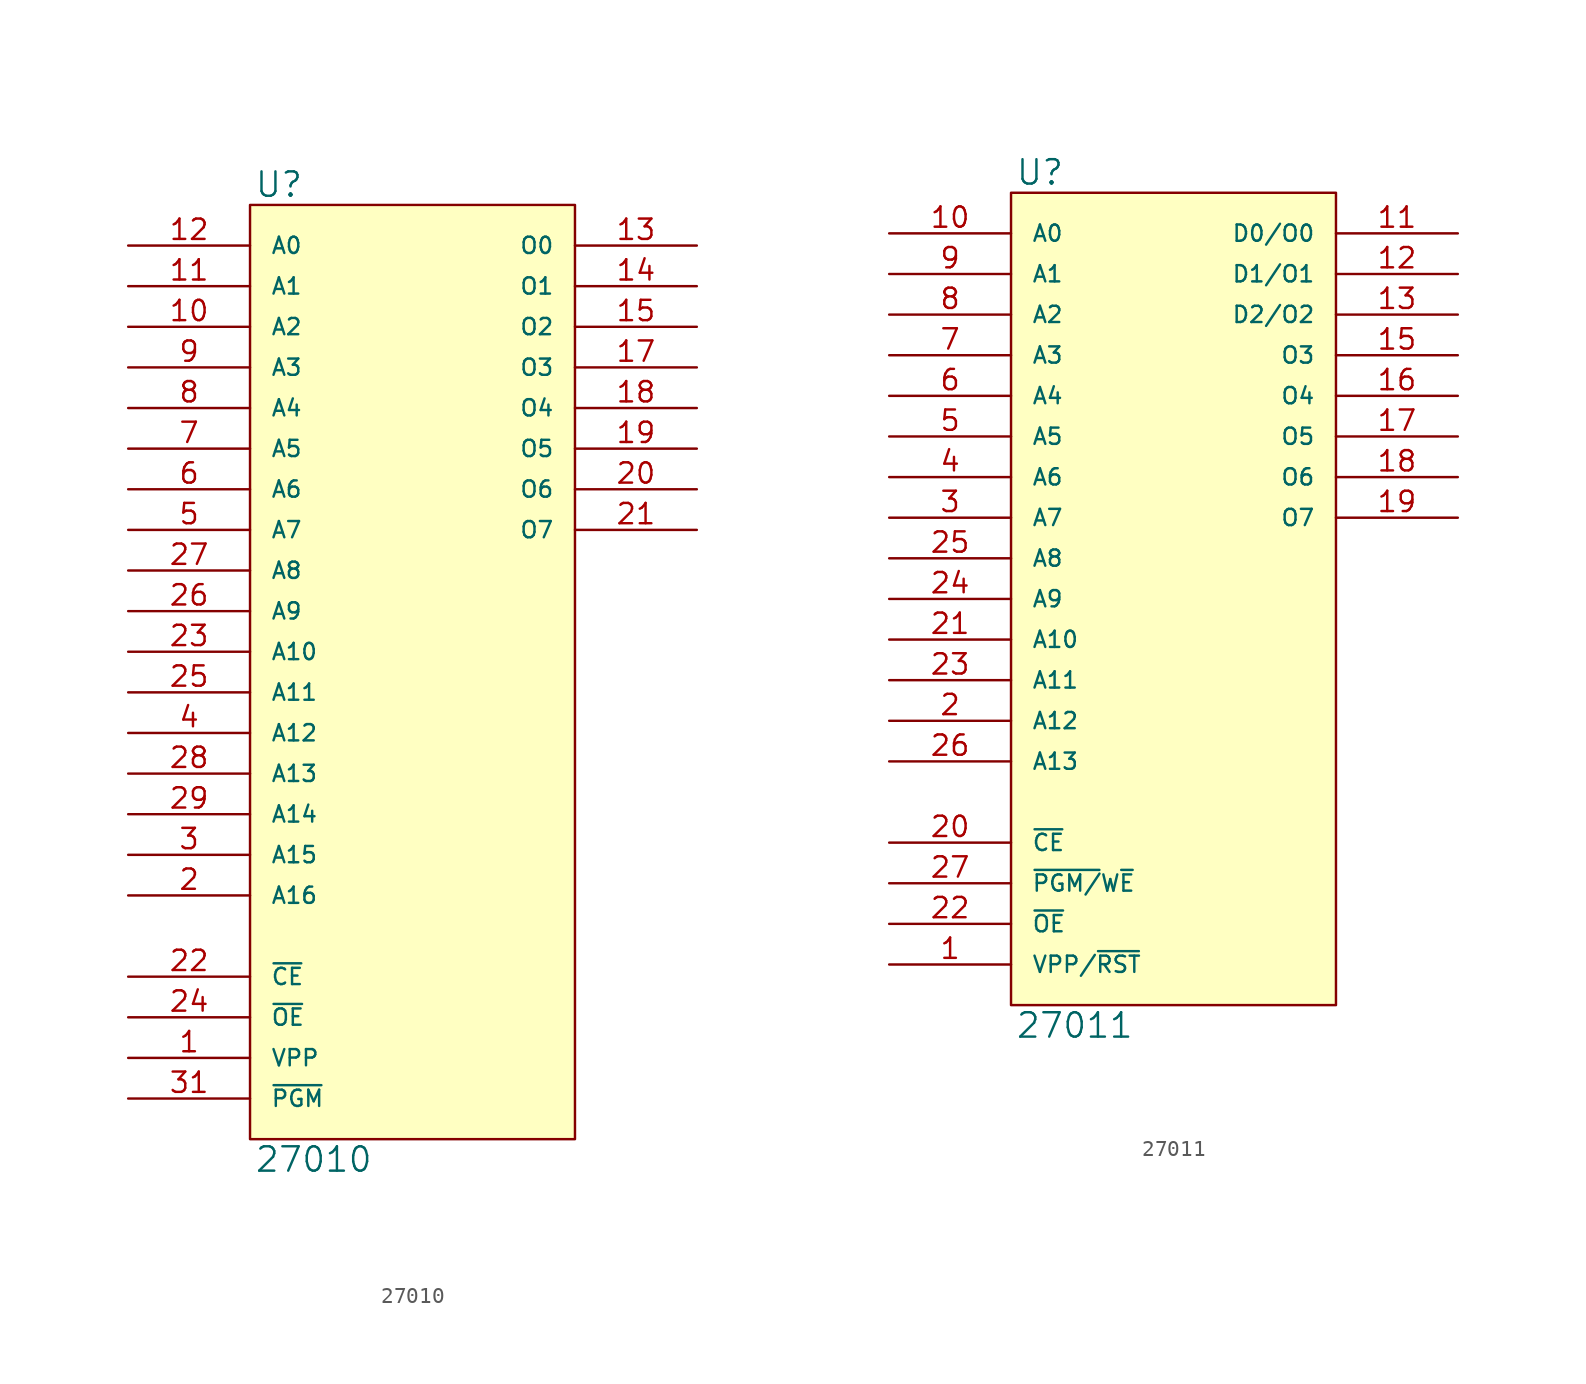
<source format=kicad_sym>
(kicad_symbol_lib
  (version 20231120)
  (generator "kicad_symbol_editor")
  (generator_version "8.0")
  (symbol "27010"
    (pin_names
      (offset 1.27))
    (property "Reference" "U"
      (at 0.254 0.381 0)
      (effects (font (size 1.524 1.524)) (justify left bottom)))
    (property "Value" "27010"
      (at 0.254 -58.801 0)
      (effects (font (size 1.524 1.524)) (justify left top)))
    (symbol "27010_0_1"
      (rectangle (start 0 0) (end 20.32 -58.42) (stroke (width 0) (type solid)) (fill (type background))))
    (symbol "27010_1_1"
      (pin input line (at -7.62 -53.34 0) (length 7.62) (name "VPP" (effects (font (size 1.016 1.016)))) (number "1" (effects (font (size 1.27 1.27)))))
      (pin input line (at -7.62 -7.62 0) (length 7.62) (name "A2" (effects (font (size 1.016 1.016)))) (number "10" (effects (font (size 1.27 1.27)))))
      (pin input line (at -7.62 -5.08 0) (length 7.62) (name "A1" (effects (font (size 1.016 1.016)))) (number "11" (effects (font (size 1.27 1.27)))))
      (pin input line (at -7.62 -2.54 0) (length 7.62) (name "A0" (effects (font (size 1.016 1.016)))) (number "12" (effects (font (size 1.27 1.27)))))
      (pin tri_state line (at 27.94 -2.54 180) (length 7.62) (name "O0" (effects (font (size 1.016 1.016)))) (number "13" (effects (font (size 1.27 1.27)))))
      (pin tri_state line (at 27.94 -5.08 180) (length 7.62) (name "O1" (effects (font (size 1.016 1.016)))) (number "14" (effects (font (size 1.27 1.27)))))
      (pin tri_state line (at 27.94 -7.62 180) (length 7.62) (name "O2" (effects (font (size 1.016 1.016)))) (number "15" (effects (font (size 1.27 1.27)))))
      (pin power_in line (at 0 -58.42 90) (length 0) hide (name "GND" (effects (font (size 1.016 1.016)))) (number "16" (effects (font (size 1.27 1.27)))))
      (pin tri_state line (at 27.94 -10.16 180) (length 7.62) (name "O3" (effects (font (size 1.016 1.016)))) (number "17" (effects (font (size 1.27 1.27)))))
      (pin tri_state line (at 27.94 -12.7 180) (length 7.62) (name "O4" (effects (font (size 1.016 1.016)))) (number "18" (effects (font (size 1.27 1.27)))))
      (pin tri_state line (at 27.94 -15.24 180) (length 7.62) (name "O5" (effects (font (size 1.016 1.016)))) (number "19" (effects (font (size 1.27 1.27)))))
      (pin input line (at -7.62 -43.18 0) (length 7.62) (name "A16" (effects (font (size 1.016 1.016)))) (number "2" (effects (font (size 1.27 1.27)))))
      (pin tri_state line (at 27.94 -17.78 180) (length 7.62) (name "O6" (effects (font (size 1.016 1.016)))) (number "20" (effects (font (size 1.27 1.27)))))
      (pin tri_state line (at 27.94 -20.32 180) (length 7.62) (name "O7" (effects (font (size 1.016 1.016)))) (number "21" (effects (font (size 1.27 1.27)))))
      (pin input line (at -7.62 -48.26 0) (length 7.62) (name "~{CE}" (effects (font (size 1.016 1.016)))) (number "22" (effects (font (size 1.27 1.27)))))
      (pin input line (at -7.62 -27.94 0) (length 7.62) (name "A10" (effects (font (size 1.016 1.016)))) (number "23" (effects (font (size 1.27 1.27)))))
      (pin input line (at -7.62 -50.8 0) (length 7.62) (name "~{OE}" (effects (font (size 1.016 1.016)))) (number "24" (effects (font (size 1.27 1.27)))))
      (pin input line (at -7.62 -30.48 0) (length 7.62) (name "A11" (effects (font (size 1.016 1.016)))) (number "25" (effects (font (size 1.27 1.27)))))
      (pin input line (at -7.62 -25.4 0) (length 7.62) (name "A9" (effects (font (size 1.016 1.016)))) (number "26" (effects (font (size 1.27 1.27)))))
      (pin input line (at -7.62 -22.86 0) (length 7.62) (name "A8" (effects (font (size 1.016 1.016)))) (number "27" (effects (font (size 1.27 1.27)))))
      (pin input line (at -7.62 -35.56 0) (length 7.62) (name "A13" (effects (font (size 1.016 1.016)))) (number "28" (effects (font (size 1.27 1.27)))))
      (pin input line (at -7.62 -38.1 0) (length 7.62) (name "A14" (effects (font (size 1.016 1.016)))) (number "29" (effects (font (size 1.27 1.27)))))
      (pin input line (at -7.62 -40.64 0) (length 7.62) (name "A15" (effects (font (size 1.016 1.016)))) (number "3" (effects (font (size 1.27 1.27)))))
      (pin input line (at -7.62 -55.88 0) (length 7.62) (name "~{PGM}" (effects (font (size 1.016 1.016)))) (number "31" (effects (font (size 1.27 1.27)))))
      (pin power_in line (at 0 0 270) (length 0) hide (name "VCC" (effects (font (size 1.016 1.016)))) (number "32" (effects (font (size 1.27 1.27)))))
      (pin input line (at -7.62 -33.02 0) (length 7.62) (name "A12" (effects (font (size 1.016 1.016)))) (number "4" (effects (font (size 1.27 1.27)))))
      (pin input line (at -7.62 -20.32 0) (length 7.62) (name "A7" (effects (font (size 1.016 1.016)))) (number "5" (effects (font (size 1.27 1.27)))))
      (pin input line (at -7.62 -17.78 0) (length 7.62) (name "A6" (effects (font (size 1.016 1.016)))) (number "6" (effects (font (size 1.27 1.27)))))
      (pin input line (at -7.62 -15.24 0) (length 7.62) (name "A5" (effects (font (size 1.016 1.016)))) (number "7" (effects (font (size 1.27 1.27)))))
      (pin input line (at -7.62 -12.7 0) (length 7.62) (name "A4" (effects (font (size 1.016 1.016)))) (number "8" (effects (font (size 1.27 1.27)))))
      (pin input line (at -7.62 -10.16 0) (length 7.62) (name "A3" (effects (font (size 1.016 1.016)))) (number "9" (effects (font (size 1.27 1.27)))))))
  (symbol "27011"
    (pin_names
      (offset 1.27))
    (property "Reference" "U"
      (at 0.254 0.381 0)
      (effects (font (size 1.524 1.524)) (justify left bottom)))
    (property "Value" "27011"
      (at 0.254 -51.181 0)
      (effects (font (size 1.524 1.524)) (justify left top)))
    (symbol "27011_0_1"
      (rectangle (start 0 0) (end 20.32 -50.8) (stroke (width 0) (type solid)) (fill (type background))))
    (symbol "27011_1_1"
      (pin input line (at -7.62 -48.26 0) (length 7.62) (name "VPP/~{RST}" (effects (font (size 1.016 1.016)))) (number "1" (effects (font (size 1.27 1.27)))))
      (pin input line (at -7.62 -2.54 0) (length 7.62) (name "A0" (effects (font (size 1.016 1.016)))) (number "10" (effects (font (size 1.27 1.27)))))
      (pin tri_state line (at 27.94 -2.54 180) (length 7.62) (name "D0/O0" (effects (font (size 1.016 1.016)))) (number "11" (effects (font (size 1.27 1.27)))))
      (pin tri_state line (at 27.94 -5.08 180) (length 7.62) (name "D1/O1" (effects (font (size 1.016 1.016)))) (number "12" (effects (font (size 1.27 1.27)))))
      (pin tri_state line (at 27.94 -7.62 180) (length 7.62) (name "D2/O2" (effects (font (size 1.016 1.016)))) (number "13" (effects (font (size 1.27 1.27)))))
      (pin power_in line (at 0 -50.8 90) (length 0) hide (name "GND" (effects (font (size 1.016 1.016)))) (number "14" (effects (font (size 1.27 1.27)))))
      (pin tri_state line (at 27.94 -10.16 180) (length 7.62) (name "O3" (effects (font (size 1.016 1.016)))) (number "15" (effects (font (size 1.27 1.27)))))
      (pin tri_state line (at 27.94 -12.7 180) (length 7.62) (name "O4" (effects (font (size 1.016 1.016)))) (number "16" (effects (font (size 1.27 1.27)))))
      (pin tri_state line (at 27.94 -15.24 180) (length 7.62) (name "O5" (effects (font (size 1.016 1.016)))) (number "17" (effects (font (size 1.27 1.27)))))
      (pin tri_state line (at 27.94 -17.78 180) (length 7.62) (name "O6" (effects (font (size 1.016 1.016)))) (number "18" (effects (font (size 1.27 1.27)))))
      (pin tri_state line (at 27.94 -20.32 180) (length 7.62) (name "O7" (effects (font (size 1.016 1.016)))) (number "19" (effects (font (size 1.27 1.27)))))
      (pin input line (at -7.62 -33.02 0) (length 7.62) (name "A12" (effects (font (size 1.016 1.016)))) (number "2" (effects (font (size 1.27 1.27)))))
      (pin input line (at -7.62 -40.64 0) (length 7.62) (name "~{CE}" (effects (font (size 1.016 1.016)))) (number "20" (effects (font (size 1.27 1.27)))))
      (pin input line (at -7.62 -27.94 0) (length 7.62) (name "A10" (effects (font (size 1.016 1.016)))) (number "21" (effects (font (size 1.27 1.27)))))
      (pin input line (at -7.62 -45.72 0) (length 7.62) (name "~{OE}" (effects (font (size 1.016 1.016)))) (number "22" (effects (font (size 1.27 1.27)))))
      (pin input line (at -7.62 -30.48 0) (length 7.62) (name "A11" (effects (font (size 1.016 1.016)))) (number "23" (effects (font (size 1.27 1.27)))))
      (pin input line (at -7.62 -25.4 0) (length 7.62) (name "A9" (effects (font (size 1.016 1.016)))) (number "24" (effects (font (size 1.27 1.27)))))
      (pin input line (at -7.62 -22.86 0) (length 7.62) (name "A8" (effects (font (size 1.016 1.016)))) (number "25" (effects (font (size 1.27 1.27)))))
      (pin input line (at -7.62 -35.56 0) (length 7.62) (name "A13" (effects (font (size 1.016 1.016)))) (number "26" (effects (font (size 1.27 1.27)))))
      (pin input line (at -7.62 -43.18 0) (length 7.62) (name "~{PGM/}W~{E}" (effects (font (size 1.016 1.016)))) (number "27" (effects (font (size 1.27 1.27)))))
      (pin power_in line (at 0 0 270) (length 0) hide (name "VCC" (effects (font (size 1.016 1.016)))) (number "28" (effects (font (size 1.27 1.27)))))
      (pin input line (at -7.62 -20.32 0) (length 7.62) (name "A7" (effects (font (size 1.016 1.016)))) (number "3" (effects (font (size 1.27 1.27)))))
      (pin input line (at -7.62 -17.78 0) (length 7.62) (name "A6" (effects (font (size 1.016 1.016)))) (number "4" (effects (font (size 1.27 1.27)))))
      (pin input line (at -7.62 -15.24 0) (length 7.62) (name "A5" (effects (font (size 1.016 1.016)))) (number "5" (effects (font (size 1.27 1.27)))))
      (pin input line (at -7.62 -12.7 0) (length 7.62) (name "A4" (effects (font (size 1.016 1.016)))) (number "6" (effects (font (size 1.27 1.27)))))
      (pin input line (at -7.62 -10.16 0) (length 7.62) (name "A3" (effects (font (size 1.016 1.016)))) (number "7" (effects (font (size 1.27 1.27)))))
      (pin input line (at -7.62 -7.62 0) (length 7.62) (name "A2" (effects (font (size 1.016 1.016)))) (number "8" (effects (font (size 1.27 1.27)))))
      (pin input line (at -7.62 -5.08 0) (length 7.62) (name "A1" (effects (font (size 1.016 1.016)))) (number "9" (effects (font (size 1.27 1.27))))))))
</source>
